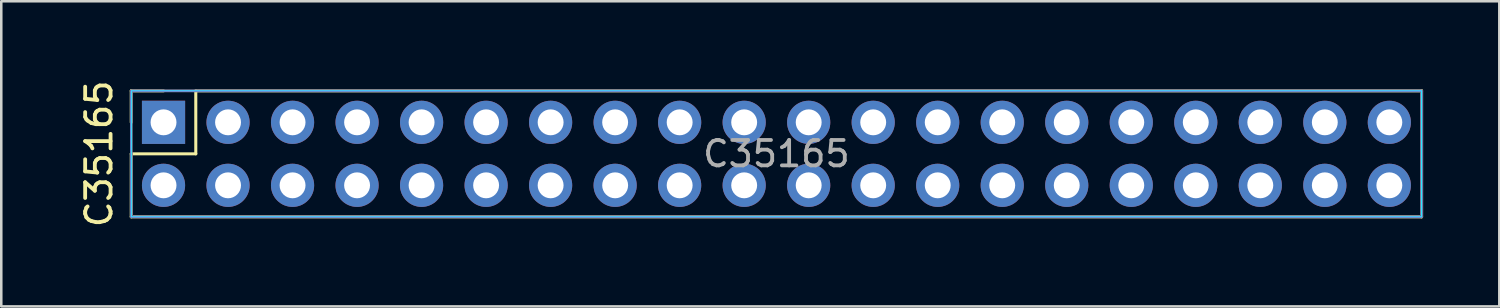
<source format=kicad_pcb>
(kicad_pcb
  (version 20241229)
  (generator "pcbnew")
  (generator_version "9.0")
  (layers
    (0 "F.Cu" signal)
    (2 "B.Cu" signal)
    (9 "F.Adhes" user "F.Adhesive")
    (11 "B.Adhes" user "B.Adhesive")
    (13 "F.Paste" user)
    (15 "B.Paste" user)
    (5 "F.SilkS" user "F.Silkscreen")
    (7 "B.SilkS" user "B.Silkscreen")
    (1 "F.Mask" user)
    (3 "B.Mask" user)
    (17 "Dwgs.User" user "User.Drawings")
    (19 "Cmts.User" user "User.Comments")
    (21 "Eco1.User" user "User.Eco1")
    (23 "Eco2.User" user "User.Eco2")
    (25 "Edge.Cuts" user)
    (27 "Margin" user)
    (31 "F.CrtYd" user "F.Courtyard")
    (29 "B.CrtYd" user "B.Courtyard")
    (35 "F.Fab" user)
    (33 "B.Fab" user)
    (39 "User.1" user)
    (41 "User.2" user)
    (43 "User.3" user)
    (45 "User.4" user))
  (footprint "C35165"
    (layer "F.Cu")
    (at 27.518 3.006)
    (property "Reference" "C35165" (at -26.67 0 90) (unlocked yes) (layer "F.SilkS") (effects (font (size 1 1) (thickness 0.15))))
    (attr through_hole)
    (fp_line (start -25.4 -2.48) (end -25.4 -1.24) (stroke (width 0.12) (type solid)) (layer "F.SilkS"))
    (fp_line (start -25.4 0) (end -25.4 2.48) (stroke (width 0.12) (type solid)) (layer "F.SilkS"))
    (fp_line (start -25.4 2.48) (end 25.4 2.48) (stroke (width 0.12) (type solid)) (layer "F.SilkS"))
    (fp_line (start -24.13 -2.48) (end -25.4 -2.48) (stroke (width 0.12) (type solid)) (layer "F.SilkS"))
    (fp_line (start -22.86 -2.48) (end -22.86 0) (stroke (width 0.12) (type solid)) (layer "F.SilkS"))
    (fp_line (start -22.86 0) (end -25.4 0) (stroke (width 0.12) (type solid)) (layer "F.SilkS"))
    (fp_line (start 25.4 -2.48) (end -22.86 -2.48) (stroke (width 0.12) (type solid)) (layer "F.SilkS"))
    (fp_line (start 25.4 2.48) (end 25.4 -2.48) (stroke (width 0.12) (type solid)) (layer "F.SilkS"))
    (fp_rect (start 25.4 -2.48) (end -25.4 2.48) (stroke (width 0.05) (type solid)) (fill no) (layer "B.CrtYd"))
    (fp_rect (start -25.4 -2.48) (end 25.4 2.48) (stroke (width 0.05) (type solid)) (fill no) (layer "F.CrtYd"))
    (fp_rect (start 25.4 -2.48) (end -25.4 2.48) (stroke (width 0.1) (type solid)) (fill no) (layer "B.Fab"))
    (fp_rect (start -25.4 -2.48) (end 25.4 2.48) (stroke (width 0.1) (type solid)) (fill no) (layer "F.Fab"))
    (fp_text user "${REFERENCE}" (at 0 0 0) (unlocked yes) (layer "F.Fab") (effects (font (size 1 1) (thickness 0.15))))
    (pad "1" thru_hole rect (at -24.13 -1.24) (size 1.7 1.7) (drill 1.02) (layers "*.Cu" "*.Mask"))
    (pad "2" thru_hole circle (at -24.13 1.24) (size 1.7 1.7) (drill 1.02) (layers "*.Cu" "*.Mask"))
    (pad "3" thru_hole circle (at -21.59 -1.24) (size 1.7 1.7) (drill 1.02) (layers "*.Cu" "*.Mask"))
    (pad "4" thru_hole circle (at -21.59 1.24) (size 1.7 1.7) (drill 1.02) (layers "*.Cu" "*.Mask"))
    (pad "5" thru_hole circle (at -19.05 -1.24) (size 1.7 1.7) (drill 1.02) (layers "*.Cu" "*.Mask"))
    (pad "6" thru_hole circle (at -19.05 1.24) (size 1.7 1.7) (drill 1.02) (layers "*.Cu" "*.Mask"))
    (pad "7" thru_hole circle (at -16.51 -1.24) (size 1.7 1.7) (drill 1.02) (layers "*.Cu" "*.Mask"))
    (pad "8" thru_hole circle (at -16.51 1.24) (size 1.7 1.7) (drill 1.02) (layers "*.Cu" "*.Mask"))
    (pad "9" thru_hole circle (at -13.97 -1.24) (size 1.7 1.7) (drill 1.02) (layers "*.Cu" "*.Mask"))
    (pad "10" thru_hole circle (at -13.97 1.24) (size 1.7 1.7) (drill 1.02) (layers "*.Cu" "*.Mask"))
    (pad "11" thru_hole circle (at -11.43 -1.24) (size 1.7 1.7) (drill 1.02) (layers "*.Cu" "*.Mask"))
    (pad "12" thru_hole circle (at -11.43 1.24) (size 1.7 1.7) (drill 1.02) (layers "*.Cu" "*.Mask"))
    (pad "13" thru_hole circle (at -8.89 -1.24) (size 1.7 1.7) (drill 1.02) (layers "*.Cu" "*.Mask"))
    (pad "14" thru_hole circle (at -8.89 1.24) (size 1.7 1.7) (drill 1.02) (layers "*.Cu" "*.Mask"))
    (pad "15" thru_hole circle (at -6.35 -1.24) (size 1.7 1.7) (drill 1.02) (layers "*.Cu" "*.Mask"))
    (pad "16" thru_hole circle (at -6.35 1.24) (size 1.7 1.7) (drill 1.02) (layers "*.Cu" "*.Mask"))
    (pad "17" thru_hole circle (at -3.81 -1.24) (size 1.7 1.7) (drill 1.02) (layers "*.Cu" "*.Mask"))
    (pad "18" thru_hole circle (at -3.81 1.24) (size 1.7 1.7) (drill 1.02) (layers "*.Cu" "*.Mask"))
    (pad "19" thru_hole circle (at -1.27 -1.24) (size 1.7 1.7) (drill 1.02) (layers "*.Cu" "*.Mask"))
    (pad "20" thru_hole circle (at -1.27 1.24) (size 1.7 1.7) (drill 1.02) (layers "*.Cu" "*.Mask"))
    (pad "21" thru_hole circle (at 1.27 -1.24) (size 1.7 1.7) (drill 1.02) (layers "*.Cu" "*.Mask"))
    (pad "22" thru_hole circle (at 1.27 1.24) (size 1.7 1.7) (drill 1.02) (layers "*.Cu" "*.Mask"))
    (pad "23" thru_hole circle (at 3.81 -1.24) (size 1.7 1.7) (drill 1.02) (layers "*.Cu" "*.Mask"))
    (pad "24" thru_hole circle (at 3.81 1.24) (size 1.7 1.7) (drill 1.02) (layers "*.Cu" "*.Mask"))
    (pad "25" thru_hole circle (at 6.35 -1.24) (size 1.7 1.7) (drill 1.02) (layers "*.Cu" "*.Mask"))
    (pad "26" thru_hole circle (at 6.35 1.24) (size 1.7 1.7) (drill 1.02) (layers "*.Cu" "*.Mask"))
    (pad "27" thru_hole circle (at 8.89 -1.24) (size 1.7 1.7) (drill 1.02) (layers "*.Cu" "*.Mask"))
    (pad "28" thru_hole circle (at 8.89 1.24) (size 1.7 1.7) (drill 1.02) (layers "*.Cu" "*.Mask"))
    (pad "29" thru_hole circle (at 11.43 -1.24) (size 1.7 1.7) (drill 1.02) (layers "*.Cu" "*.Mask"))
    (pad "30" thru_hole circle (at 11.43 1.24) (size 1.7 1.7) (drill 1.02) (layers "*.Cu" "*.Mask"))
    (pad "31" thru_hole circle (at 13.97 -1.24) (size 1.7 1.7) (drill 1.02) (layers "*.Cu" "*.Mask"))
    (pad "32" thru_hole circle (at 13.97 1.24) (size 1.7 1.7) (drill 1.02) (layers "*.Cu" "*.Mask"))
    (pad "33" thru_hole circle (at 16.51 -1.24) (size 1.7 1.7) (drill 1.02) (layers "*.Cu" "*.Mask"))
    (pad "34" thru_hole circle (at 16.51 1.24) (size 1.7 1.7) (drill 1.02) (layers "*.Cu" "*.Mask"))
    (pad "35" thru_hole circle (at 19.05 -1.24) (size 1.7 1.7) (drill 1.02) (layers "*.Cu" "*.Mask"))
    (pad "36" thru_hole circle (at 19.05 1.24) (size 1.7 1.7) (drill 1.02) (layers "*.Cu" "*.Mask"))
    (pad "37" thru_hole circle (at 21.59 -1.24) (size 1.7 1.7) (drill 1.02) (layers "*.Cu" "*.Mask"))
    (pad "38" thru_hole circle (at 21.59 1.24) (size 1.7 1.7) (drill 1.02) (layers "*.Cu" "*.Mask"))
    (pad "39" thru_hole circle (at 24.13 -1.24) (size 1.7 1.7) (drill 1.02) (layers "*.Cu" "*.Mask"))
    (pad "40" thru_hole circle (at 24.13 1.24) (size 1.7 1.7) (drill 1.02) (layers "*.Cu" "*.Mask")))
  (gr_rect
    (start -3 -3)
    (end 55.978 9.012)
    (stroke (width 0.1) (type default))
    (fill no)
    (layer "Edge.Cuts")))
</source>
